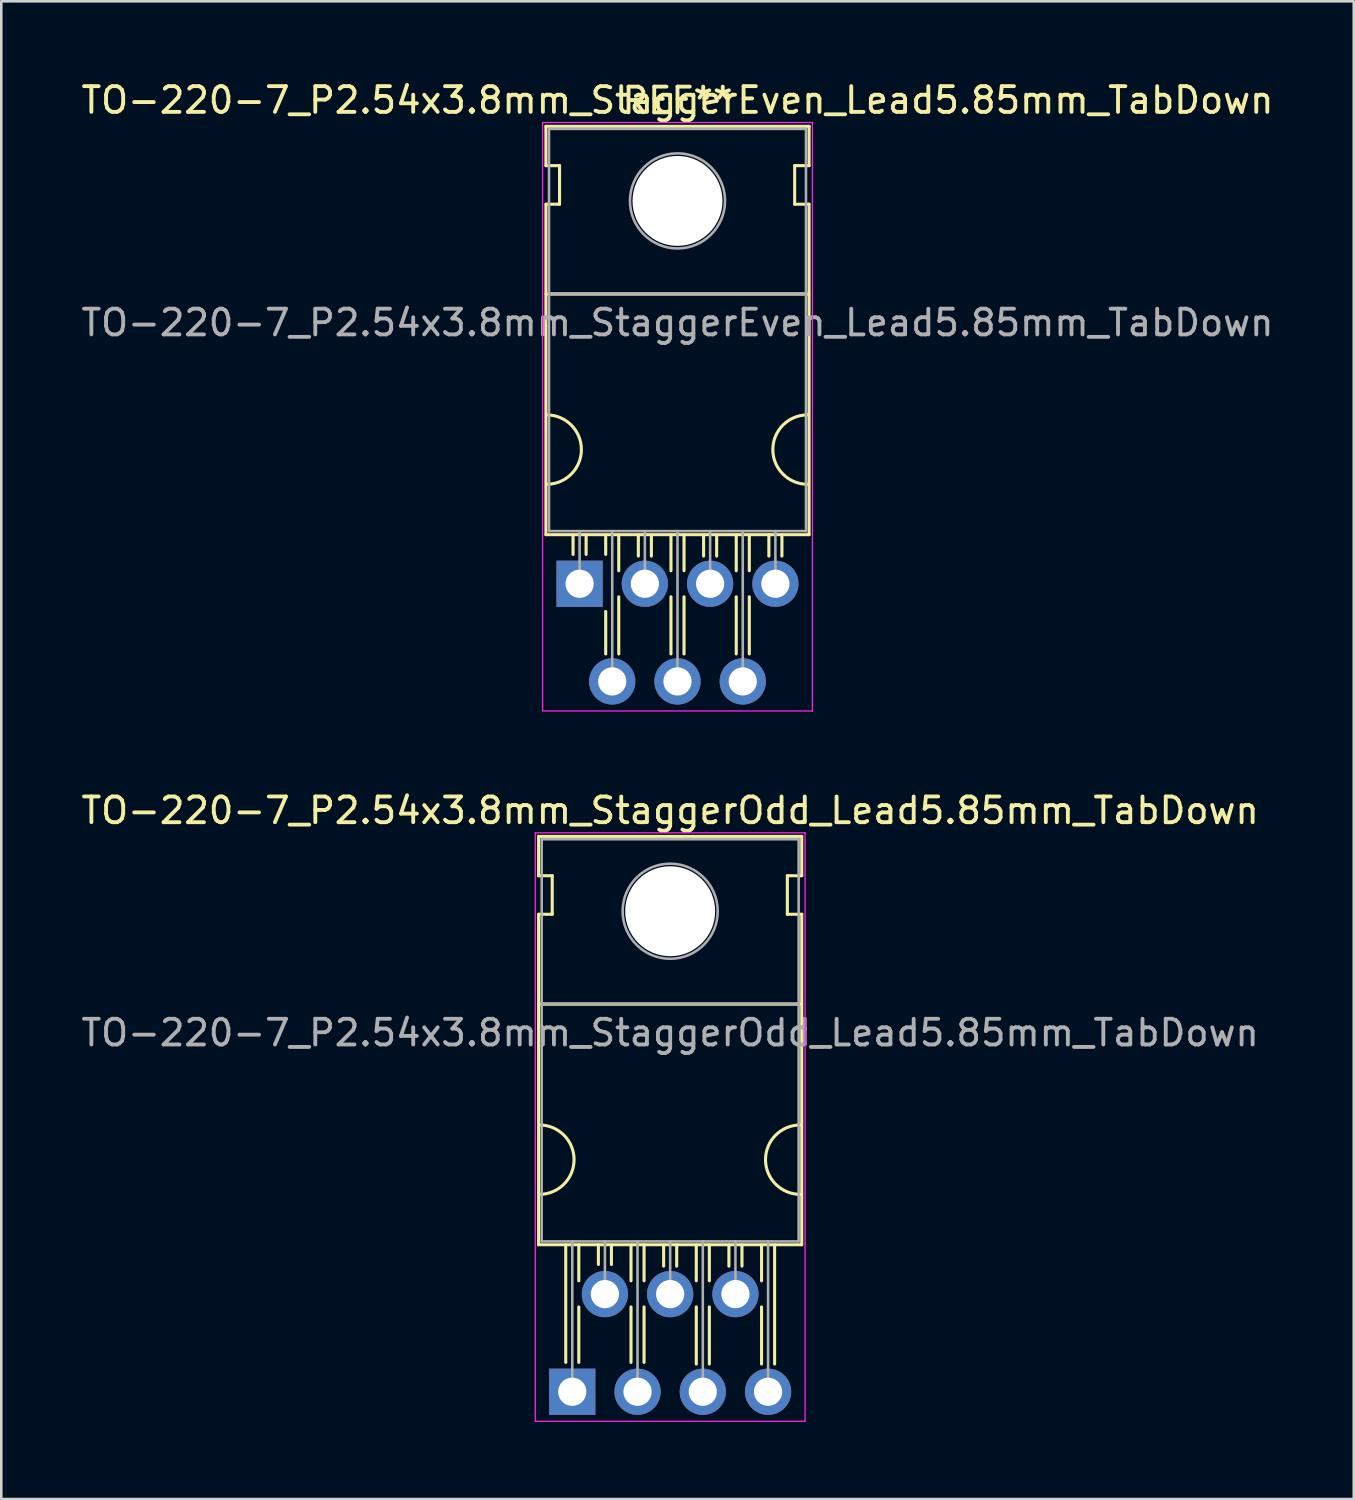
<source format=kicad_pcb>
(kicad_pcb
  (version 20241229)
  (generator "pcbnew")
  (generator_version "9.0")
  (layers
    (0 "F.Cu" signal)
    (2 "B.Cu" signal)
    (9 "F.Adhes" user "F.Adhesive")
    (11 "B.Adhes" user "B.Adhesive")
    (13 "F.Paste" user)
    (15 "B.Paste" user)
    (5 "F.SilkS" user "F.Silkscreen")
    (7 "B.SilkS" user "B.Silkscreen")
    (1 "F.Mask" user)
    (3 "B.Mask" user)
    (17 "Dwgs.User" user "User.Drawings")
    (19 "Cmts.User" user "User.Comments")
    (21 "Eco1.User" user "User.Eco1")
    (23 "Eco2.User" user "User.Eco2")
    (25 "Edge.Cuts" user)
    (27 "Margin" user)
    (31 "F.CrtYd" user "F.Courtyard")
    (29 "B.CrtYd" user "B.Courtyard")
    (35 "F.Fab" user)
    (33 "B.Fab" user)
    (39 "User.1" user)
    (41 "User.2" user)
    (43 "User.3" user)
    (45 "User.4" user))
  (footprint "TO-220-7_P2.54x3.8mm_StaggerEven_Lead5.85mm_TabDown"
    (layer "F.Cu")
    (at 19.505 19.668)
    (property "Reference" "TO-220-7_P2.54x3.8mm_StaggerEven_Lead5.85mm_TabDown" (at 3.81 -18.82 0) (layer "F.SilkS") (effects (font (size 1 1) (thickness 0.15))))
    (attr through_hole)
    (fp_line (start -1.31 -17.802) (end -1.31 -16.272) (stroke (width 0.12) (type solid)) (layer "F.SilkS"))
    (fp_line (start -1.31 -17.802) (end 8.93 -17.802) (stroke (width 0.12) (type solid)) (layer "F.SilkS"))
    (fp_line (start -1.31 -16.272) (end -0.78 -16.272) (stroke (width 0.12) (type solid)) (layer "F.SilkS"))
    (fp_line (start -1.31 -14.772) (end -1.31 -1.912) (stroke (width 0.12) (type solid)) (layer "F.SilkS"))
    (fp_line (start -1.31 -1.912) (end 8.93 -1.912) (stroke (width 0.12) (type solid)) (layer "F.SilkS"))
    (fp_line (start -1.305 -11.272) (end 8.92 -11.272) (stroke (width 0.12) (type solid)) (layer "F.SilkS"))
    (fp_line (start -0.78 -16.272) (end -0.78 -14.772) (stroke (width 0.12) (type solid)) (layer "F.SilkS"))
    (fp_line (start -0.78 -14.772) (end -1.305 -14.772) (stroke (width 0.12) (type solid)) (layer "F.SilkS"))
    (fp_line (start -0.254 -1.905) (end -0.254 -1.143) (stroke (width 0.12) (type solid)) (layer "F.SilkS"))
    (fp_line (start 0.254 -1.143) (end 0.254 -1.905) (stroke (width 0.12) (type solid)) (layer "F.SilkS"))
    (fp_line (start 1.016 -1.905) (end 1.016 -1.143) (stroke (width 0.12) (type solid)) (layer "F.SilkS"))
    (fp_line (start 1.016 1.079) (end 1.016 2.731) (stroke (width 0.12) (type solid)) (layer "F.SilkS"))
    (fp_line (start 1.524 -0.508) (end 1.524 -1.905) (stroke (width 0.12) (type solid)) (layer "F.SilkS"))
    (fp_line (start 1.524 2.731) (end 1.524 0.508) (stroke (width 0.12) (type solid)) (layer "F.SilkS"))
    (fp_line (start 2.286 -1.905) (end 2.286 -1.079) (stroke (width 0.12) (type solid)) (layer "F.SilkS"))
    (fp_line (start 2.794 -1.079) (end 2.794 -1.905) (stroke (width 0.12) (type solid)) (layer "F.SilkS"))
    (fp_line (start 3.556 -1.905) (end 3.556 -0.508) (stroke (width 0.12) (type solid)) (layer "F.SilkS"))
    (fp_line (start 3.556 0.508) (end 3.556 2.731) (stroke (width 0.12) (type solid)) (layer "F.SilkS"))
    (fp_line (start 4.064 -0.508) (end 4.064 -1.905) (stroke (width 0.12) (type solid)) (layer "F.SilkS"))
    (fp_line (start 4.064 2.731) (end 4.064 0.508) (stroke (width 0.12) (type solid)) (layer "F.SilkS"))
    (fp_line (start 4.826 -1.905) (end 4.826 -1.079) (stroke (width 0.12) (type solid)) (layer "F.SilkS"))
    (fp_line (start 5.334 -1.079) (end 5.334 -1.905) (stroke (width 0.12) (type solid)) (layer "F.SilkS"))
    (fp_line (start 6.096 -1.905) (end 6.096 -0.508) (stroke (width 0.12) (type solid)) (layer "F.SilkS"))
    (fp_line (start 6.096 0.508) (end 6.096 2.731) (stroke (width 0.12) (type solid)) (layer "F.SilkS"))
    (fp_line (start 6.604 -0.508) (end 6.604 -1.905) (stroke (width 0.12) (type solid)) (layer "F.SilkS"))
    (fp_line (start 6.604 2.731) (end 6.604 0.508) (stroke (width 0.12) (type solid)) (layer "F.SilkS"))
    (fp_line (start 7.366 -1.905) (end 7.366 -1.079) (stroke (width 0.12) (type solid)) (layer "F.SilkS"))
    (fp_line (start 7.874 -1.079) (end 7.874 -1.905) (stroke (width 0.12) (type solid)) (layer "F.SilkS"))
    (fp_line (start 8.37 -16.272) (end 8.93 -16.272) (stroke (width 0.12) (type solid)) (layer "F.SilkS"))
    (fp_line (start 8.37 -14.772) (end 8.37 -16.272) (stroke (width 0.12) (type solid)) (layer "F.SilkS"))
    (fp_line (start 8.93 -17.802) (end 8.93 -16.272) (stroke (width 0.12) (type solid)) (layer "F.SilkS"))
    (fp_line (start 8.93 -14.772) (end 8.37 -14.772) (stroke (width 0.12) (type solid)) (layer "F.SilkS"))
    (fp_line (start 8.93 -14.772) (end 8.93 -1.912) (stroke (width 0.12) (type solid)) (layer "F.SilkS"))
    (fp_arc (start -1.28 -6.572) (mid 0.07 -5.222) (end -1.28 -3.872) (stroke (width 0.12) (type solid)) (layer "F.SilkS"))
    (fp_arc (start 8.87 -3.872) (mid 7.52 -5.222) (end 8.87 -6.572) (stroke (width 0.12) (type solid)) (layer "F.SilkS"))
    (fp_line (start -1.44 -17.95) (end -1.44 4.95) (stroke (width 0.05) (type solid)) (layer "F.CrtYd"))
    (fp_line (start -1.44 4.95) (end 9.06 4.95) (stroke (width 0.05) (type solid)) (layer "F.CrtYd"))
    (fp_line (start 9.06 -17.95) (end -1.44 -17.95) (stroke (width 0.05) (type solid)) (layer "F.CrtYd"))
    (fp_line (start 9.06 4.95) (end 9.06 -17.95) (stroke (width 0.05) (type solid)) (layer "F.CrtYd"))
    (fp_line (start -1.19 -17.7) (end 8.81 -17.7) (stroke (width 0.1) (type solid)) (layer "F.Fab"))
    (fp_line (start -1.19 -11.3) (end -1.19 -17.7) (stroke (width 0.1) (type solid)) (layer "F.Fab"))
    (fp_line (start -1.19 -11.3) (end 8.81 -11.3) (stroke (width 0.1) (type solid)) (layer "F.Fab"))
    (fp_line (start -1.19 -2.05) (end -1.19 -11.3) (stroke (width 0.1) (type solid)) (layer "F.Fab"))
    (fp_line (start 0 -2.05) (end 0 0) (stroke (width 0.1) (type solid)) (layer "F.Fab"))
    (fp_line (start 1.27 -2.05) (end 1.27 3.8) (stroke (width 0.1) (type solid)) (layer "F.Fab"))
    (fp_line (start 2.54 -2.05) (end 2.54 0) (stroke (width 0.1) (type solid)) (layer "F.Fab"))
    (fp_line (start 3.81 -2.05) (end 3.81 3.8) (stroke (width 0.1) (type solid)) (layer "F.Fab"))
    (fp_line (start 5.08 -2.05) (end 5.08 0) (stroke (width 0.1) (type solid)) (layer "F.Fab"))
    (fp_line (start 6.35 -2.05) (end 6.35 3.8) (stroke (width 0.1) (type solid)) (layer "F.Fab"))
    (fp_line (start 7.62 -2.05) (end 7.62 0) (stroke (width 0.1) (type solid)) (layer "F.Fab"))
    (fp_line (start 8.81 -17.7) (end 8.81 -11.3) (stroke (width 0.1) (type solid)) (layer "F.Fab"))
    (fp_line (start 8.81 -11.3) (end -1.19 -11.3) (stroke (width 0.1) (type solid)) (layer "F.Fab"))
    (fp_line (start 8.81 -11.3) (end 8.81 -2.05) (stroke (width 0.1) (type solid)) (layer "F.Fab"))
    (fp_line (start 8.81 -2.05) (end -1.19 -2.05) (stroke (width 0.1) (type solid)) (layer "F.Fab"))
    (fp_circle (center 3.81 -14.9) (end 5.66 -14.9) (stroke (width 0.1) (type solid)) (fill no) (layer "F.Fab"))
    (fp_text user "REF**" (at 3.81 -18.802 0) (layer "F.SilkS") (effects (font (size 1 1) (thickness 0.15))))
    (fp_text user "${REFERENCE}" (at 3.81 -10.16 0) (layer "F.Fab") (effects (font (size 1 1) (thickness 0.15))))
    (pad "" np_thru_hole oval (at 3.81 -14.9) (size 3.5 3.5) (drill 3.5) (layers "*.Cu" "*.Mask"))
    (pad "1" thru_hole rect (at 0 0) (size 1.8 1.8) (drill 1.1) (layers "*.Cu" "*.Mask"))
    (pad "2" thru_hole oval (at 1.27 3.8) (size 1.8 1.8) (drill 1.1) (layers "*.Cu" "*.Mask"))
    (pad "3" thru_hole oval (at 2.54 0) (size 1.8 1.8) (drill 1.1) (layers "*.Cu" "*.Mask"))
    (pad "4" thru_hole oval (at 3.81 3.8) (size 1.8 1.8) (drill 1.1) (layers "*.Cu" "*.Mask"))
    (pad "5" thru_hole oval (at 5.08 0) (size 1.8 1.8) (drill 1.1) (layers "*.Cu" "*.Mask"))
    (pad "6" thru_hole oval (at 6.35 3.8) (size 1.8 1.8) (drill 1.1) (layers "*.Cu" "*.Mask"))
    (pad "7" thru_hole oval (at 7.62 0) (size 1.8 1.8) (drill 1.1) (layers "*.Cu" "*.Mask")))
  (footprint "TO-220-7_P2.54x3.8mm_StaggerOdd_Lead5.85mm_TabDown"
    (layer "F.Cu")
    (at 19.22 51.111)
    (property "Reference" "TO-220-7_P2.54x3.8mm_StaggerOdd_Lead5.85mm_TabDown" (at 3.81 -22.62 0) (layer "F.SilkS") (effects (font (size 1 1) (thickness 0.15))))
    (attr through_hole)
    (fp_line (start -1.31 -21.612) (end -1.31 -20.082) (stroke (width 0.12) (type solid)) (layer "F.SilkS"))
    (fp_line (start -1.31 -21.612) (end 8.93 -21.612) (stroke (width 0.12) (type solid)) (layer "F.SilkS"))
    (fp_line (start -1.31 -20.082) (end -0.78 -20.082) (stroke (width 0.12) (type solid)) (layer "F.SilkS"))
    (fp_line (start -1.31 -18.582) (end -1.31 -5.722) (stroke (width 0.12) (type solid)) (layer "F.SilkS"))
    (fp_line (start -1.31 -5.722) (end 8.93 -5.722) (stroke (width 0.12) (type solid)) (layer "F.SilkS"))
    (fp_line (start -1.305 -15.082) (end 8.92 -15.082) (stroke (width 0.12) (type solid)) (layer "F.SilkS"))
    (fp_line (start -0.78 -20.082) (end -0.78 -18.582) (stroke (width 0.12) (type solid)) (layer "F.SilkS"))
    (fp_line (start -0.78 -18.582) (end -1.305 -18.582) (stroke (width 0.12) (type solid)) (layer "F.SilkS"))
    (fp_line (start -0.254 -5.715) (end -0.254 -1.143) (stroke (width 0.12) (type solid)) (layer "F.SilkS"))
    (fp_line (start 0.254 -4.318) (end 0.254 -5.715) (stroke (width 0.12) (type solid)) (layer "F.SilkS"))
    (fp_line (start 0.254 -1.143) (end 0.254 -3.302) (stroke (width 0.12) (type solid)) (layer "F.SilkS"))
    (fp_line (start 1.016 -5.715) (end 1.016 -4.953) (stroke (width 0.12) (type solid)) (layer "F.SilkS"))
    (fp_line (start 1.524 -4.953) (end 1.524 -5.715) (stroke (width 0.12) (type solid)) (layer "F.SilkS"))
    (fp_line (start 2.286 -5.715) (end 2.286 -4.318) (stroke (width 0.12) (type solid)) (layer "F.SilkS"))
    (fp_line (start 2.286 -3.302) (end 2.286 -1.143) (stroke (width 0.12) (type solid)) (layer "F.SilkS"))
    (fp_line (start 2.794 -4.318) (end 2.794 -5.715) (stroke (width 0.12) (type solid)) (layer "F.SilkS"))
    (fp_line (start 2.794 -1.143) (end 2.794 -3.302) (stroke (width 0.12) (type solid)) (layer "F.SilkS"))
    (fp_line (start 3.556 -5.715) (end 3.556 -4.889) (stroke (width 0.12) (type solid)) (layer "F.SilkS"))
    (fp_line (start 4.064 -4.889) (end 4.064 -5.715) (stroke (width 0.12) (type solid)) (layer "F.SilkS"))
    (fp_line (start 4.826 -5.715) (end 4.826 -4.318) (stroke (width 0.12) (type solid)) (layer "F.SilkS"))
    (fp_line (start 4.826 -3.302) (end 4.826 -1.079) (stroke (width 0.12) (type solid)) (layer "F.SilkS"))
    (fp_line (start 5.334 -4.318) (end 5.334 -5.715) (stroke (width 0.12) (type solid)) (layer "F.SilkS"))
    (fp_line (start 5.334 -1.079) (end 5.334 -3.302) (stroke (width 0.12) (type solid)) (layer "F.SilkS"))
    (fp_line (start 6.096 -5.715) (end 6.096 -4.889) (stroke (width 0.12) (type solid)) (layer "F.SilkS"))
    (fp_line (start 6.604 -4.889) (end 6.604 -5.715) (stroke (width 0.12) (type solid)) (layer "F.SilkS"))
    (fp_line (start 7.366 -5.715) (end 7.366 -4.318) (stroke (width 0.12) (type solid)) (layer "F.SilkS"))
    (fp_line (start 7.366 -3.302) (end 7.366 -1.079) (stroke (width 0.12) (type solid)) (layer "F.SilkS"))
    (fp_line (start 7.874 -1.079) (end 7.874 -5.715) (stroke (width 0.12) (type solid)) (layer "F.SilkS"))
    (fp_line (start 8.37 -20.082) (end 8.93 -20.082) (stroke (width 0.12) (type solid)) (layer "F.SilkS"))
    (fp_line (start 8.37 -18.582) (end 8.37 -20.082) (stroke (width 0.12) (type solid)) (layer "F.SilkS"))
    (fp_line (start 8.93 -21.612) (end 8.93 -20.082) (stroke (width 0.12) (type solid)) (layer "F.SilkS"))
    (fp_line (start 8.93 -18.582) (end 8.37 -18.582) (stroke (width 0.12) (type solid)) (layer "F.SilkS"))
    (fp_line (start 8.93 -18.582) (end 8.93 -5.722) (stroke (width 0.12) (type solid)) (layer "F.SilkS"))
    (fp_arc (start -1.28 -10.382) (mid 0.07 -9.032) (end -1.28 -7.682) (stroke (width 0.12) (type solid)) (layer "F.SilkS"))
    (fp_arc (start 8.87 -7.682) (mid 7.52 -9.032) (end 8.87 -10.382) (stroke (width 0.12) (type solid)) (layer "F.SilkS"))
    (fp_line (start -1.44 -21.75) (end -1.44 1.15) (stroke (width 0.05) (type solid)) (layer "F.CrtYd"))
    (fp_line (start -1.44 1.15) (end 9.06 1.15) (stroke (width 0.05) (type solid)) (layer "F.CrtYd"))
    (fp_line (start 9.06 -21.75) (end -1.44 -21.75) (stroke (width 0.05) (type solid)) (layer "F.CrtYd"))
    (fp_line (start 9.06 1.15) (end 9.06 -21.75) (stroke (width 0.05) (type solid)) (layer "F.CrtYd"))
    (fp_line (start -1.19 -21.5) (end 8.81 -21.5) (stroke (width 0.1) (type solid)) (layer "F.Fab"))
    (fp_line (start -1.19 -15.1) (end -1.19 -21.5) (stroke (width 0.1) (type solid)) (layer "F.Fab"))
    (fp_line (start -1.19 -15.1) (end 8.81 -15.1) (stroke (width 0.1) (type solid)) (layer "F.Fab"))
    (fp_line (start -1.19 -5.85) (end -1.19 -15.1) (stroke (width 0.1) (type solid)) (layer "F.Fab"))
    (fp_line (start 0 -5.85) (end 0 0) (stroke (width 0.1) (type solid)) (layer "F.Fab"))
    (fp_line (start 1.27 -5.85) (end 1.27 -3.8) (stroke (width 0.1) (type solid)) (layer "F.Fab"))
    (fp_line (start 2.54 -5.85) (end 2.54 0) (stroke (width 0.1) (type solid)) (layer "F.Fab"))
    (fp_line (start 3.81 -5.85) (end 3.81 -3.8) (stroke (width 0.1) (type solid)) (layer "F.Fab"))
    (fp_line (start 5.08 -5.85) (end 5.08 0) (stroke (width 0.1) (type solid)) (layer "F.Fab"))
    (fp_line (start 6.35 -5.85) (end 6.35 -3.8) (stroke (width 0.1) (type solid)) (layer "F.Fab"))
    (fp_line (start 7.62 -5.85) (end 7.62 0) (stroke (width 0.1) (type solid)) (layer "F.Fab"))
    (fp_line (start 8.81 -21.5) (end 8.81 -15.1) (stroke (width 0.1) (type solid)) (layer "F.Fab"))
    (fp_line (start 8.81 -15.1) (end -1.19 -15.1) (stroke (width 0.1) (type solid)) (layer "F.Fab"))
    (fp_line (start 8.81 -15.1) (end 8.81 -5.85) (stroke (width 0.1) (type solid)) (layer "F.Fab"))
    (fp_line (start 8.81 -5.85) (end -1.19 -5.85) (stroke (width 0.1) (type solid)) (layer "F.Fab"))
    (fp_circle (center 3.81 -18.7) (end 5.66 -18.7) (stroke (width 0.1) (type solid)) (fill no) (layer "F.Fab"))
    (fp_text user "${REFERENCE}" (at 3.81 -13.97 0) (layer "F.Fab") (effects (font (size 1 1) (thickness 0.15))))
    (pad "" np_thru_hole oval (at 3.81 -18.7) (size 3.5 3.5) (drill 3.5) (layers "*.Cu" "*.Mask"))
    (pad "1" thru_hole rect (at 0 0) (size 1.8 1.8) (drill 1.1) (layers "*.Cu" "*.Mask"))
    (pad "2" thru_hole oval (at 1.27 -3.8) (size 1.8 1.8) (drill 1.1) (layers "*.Cu" "*.Mask"))
    (pad "3" thru_hole oval (at 2.54 0) (size 1.8 1.8) (drill 1.1) (layers "*.Cu" "*.Mask"))
    (pad "4" thru_hole oval (at 3.81 -3.8) (size 1.8 1.8) (drill 1.1) (layers "*.Cu" "*.Mask"))
    (pad "5" thru_hole oval (at 5.08 0) (size 1.8 1.8) (drill 1.1) (layers "*.Cu" "*.Mask"))
    (pad "6" thru_hole oval (at 6.35 -3.8) (size 1.8 1.8) (drill 1.1) (layers "*.Cu" "*.Mask"))
    (pad "7" thru_hole oval (at 7.62 0) (size 1.8 1.8) (drill 1.1) (layers "*.Cu" "*.Mask")))
  (gr_rect
    (start -3 -3)
    (end 49.631 55.286)
    (stroke (width 0.1) (type default))
    (fill no)
    (layer "Edge.Cuts")))
</source>
